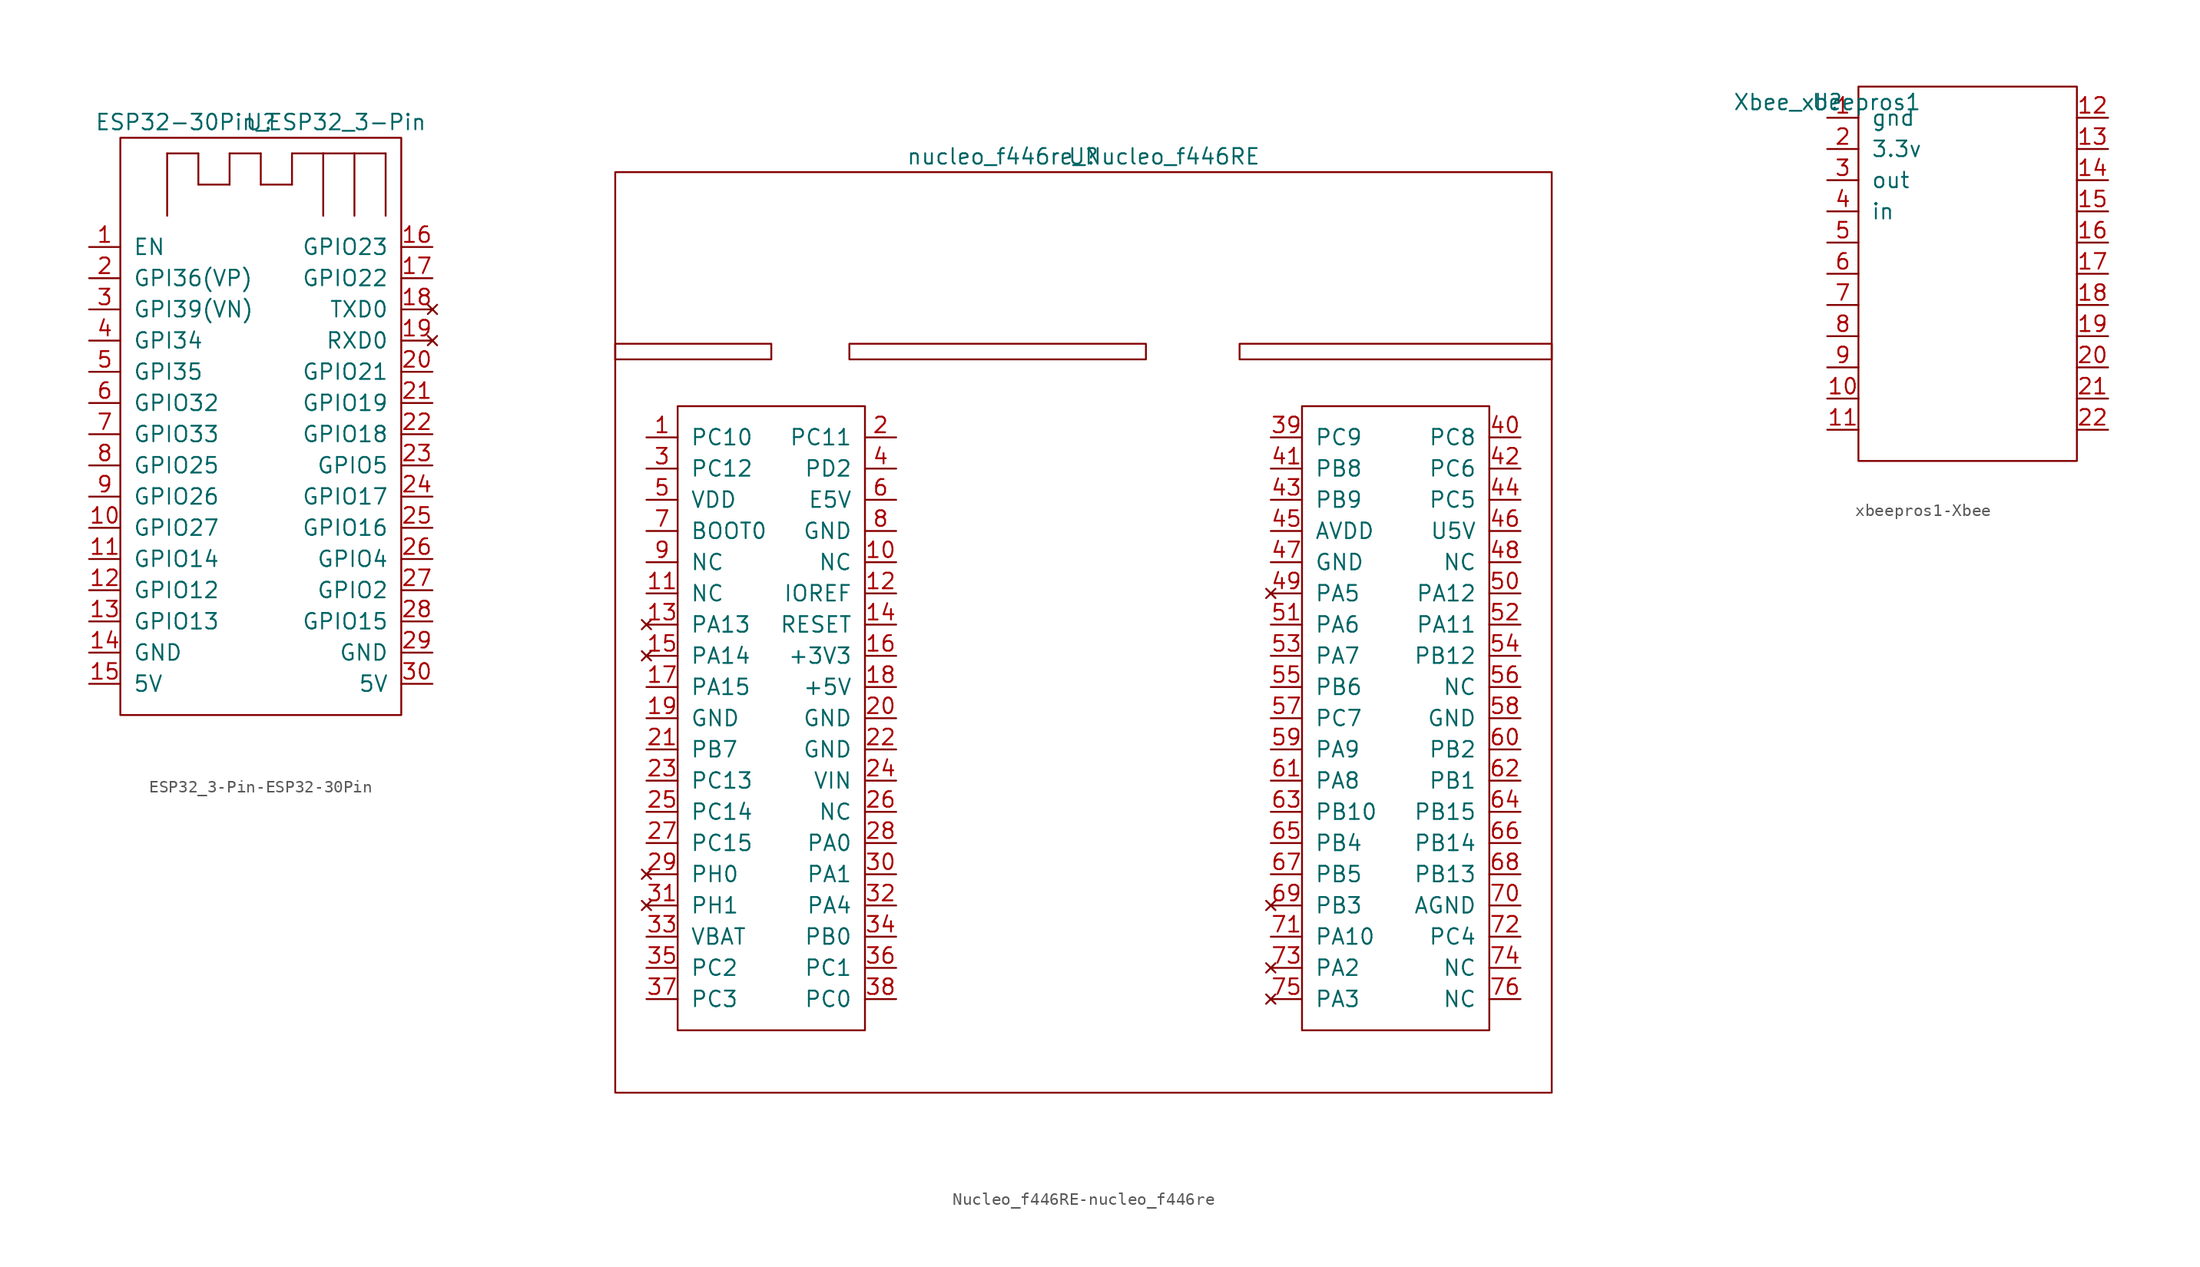
<source format=kicad_sym>
(kicad_symbol_lib
  (version 20220914)
  (generator kicad_symbol_editor)
  (symbol "ESP32_3-Pin-ESP32-30Pin"
    (pin_names
      (offset 1.016))
    (property "Reference" "U"
      (at 0 0 0)
      (effects (font (size 1.27 1.27))))
    (property "Value" "ESP32-30Pin_ESP32_3-Pin"
      (at 0 0 0)
      (effects (font (size 1.27 1.27))))
    (symbol "ESP32_3-Pin-ESP32-30Pin_0_1"
      (rectangle (start -11.43 -1.27) (end 11.43 -48.26) (stroke (width 0) (type solid)) (fill (type none)))
      (rectangle (start -7.62 -7.62) (end -7.62 -2.54) (stroke (width 0) (type solid)) (fill (type none)))
      (rectangle (start -7.62 -2.54) (end -5.08 -2.54) (stroke (width 0) (type solid)) (fill (type none)))
      (rectangle (start -5.08 -5.08) (end -5.08 -2.54) (stroke (width 0) (type solid)) (fill (type none)))
      (rectangle (start -5.08 -5.08) (end -2.54 -5.08) (stroke (width 0) (type solid)) (fill (type none)))
      (rectangle (start -2.54 -2.54) (end -2.54 -5.08) (stroke (width 0) (type solid)) (fill (type none)))
      (rectangle (start -2.54 -2.54) (end 0 -2.54) (stroke (width 0) (type solid)) (fill (type none)))
      (rectangle (start 0 -5.08) (end 2.54 -5.08) (stroke (width 0) (type solid)) (fill (type none)))
      (rectangle (start 0 -2.54) (end 0 -5.08) (stroke (width 0) (type solid)) (fill (type none)))
      (rectangle (start 2.54 -2.54) (end 2.54 -5.08) (stroke (width 0) (type solid)) (fill (type none)))
      (rectangle (start 2.54 -2.54) (end 5.08 -2.54) (stroke (width 0) (type solid)) (fill (type none)))
      (rectangle (start 5.08 -7.62) (end 5.08 -2.54) (stroke (width 0) (type solid)) (fill (type none)))
      (rectangle (start 5.08 -2.54) (end 7.62 -2.54) (stroke (width 0) (type solid)) (fill (type none)))
      (rectangle (start 7.62 -2.54) (end 7.62 -7.62) (stroke (width 0) (type solid)) (fill (type none)))
      (rectangle (start 7.62 -2.54) (end 10.16 -2.54) (stroke (width 0) (type solid)) (fill (type none)))
      (rectangle (start 10.16 -2.54) (end 10.16 -7.62) (stroke (width 0) (type solid)) (fill (type none))))
    (symbol "ESP32_3-Pin-ESP32-30Pin_1_1"
      (pin input line (at -13.97 -10.16 0) (length 2.54) (name "EN" (effects (font (size 1.27 1.27)))) (number "1" (effects (font (size 1.27 1.27)))))
      (pin bidirectional line (at -13.97 -33.02 0) (length 2.54) (name "GPIO27" (effects (font (size 1.27 1.27)))) (number "10" (effects (font (size 1.27 1.27)))))
      (pin bidirectional line (at -13.97 -35.56 0) (length 2.54) (name "GPIO14" (effects (font (size 1.27 1.27)))) (number "11" (effects (font (size 1.27 1.27)))))
      (pin bidirectional line (at -13.97 -38.1 0) (length 2.54) (name "GPIO12" (effects (font (size 1.27 1.27)))) (number "12" (effects (font (size 1.27 1.27)))))
      (pin bidirectional line (at -13.97 -40.64 0) (length 2.54) (name "GPIO13" (effects (font (size 1.27 1.27)))) (number "13" (effects (font (size 1.27 1.27)))))
      (pin input line (at -13.97 -43.18 0) (length 2.54) (name "GND" (effects (font (size 1.27 1.27)))) (number "14" (effects (font (size 1.27 1.27)))))
      (pin output line (at -13.97 -45.72 0) (length 2.54) (name "5V" (effects (font (size 1.27 1.27)))) (number "15" (effects (font (size 1.27 1.27)))))
      (pin bidirectional line (at 13.97 -10.16 180) (length 2.54) (name "GPIO23" (effects (font (size 1.27 1.27)))) (number "16" (effects (font (size 1.27 1.27)))))
      (pin bidirectional line (at 13.97 -12.7 180) (length 2.54) (name "GPIO22" (effects (font (size 1.27 1.27)))) (number "17" (effects (font (size 1.27 1.27)))))
      (pin no_connect line (at 13.97 -15.24 180) (length 2.54) (name "TXD0" (effects (font (size 1.27 1.27)))) (number "18" (effects (font (size 1.27 1.27)))))
      (pin no_connect line (at 13.97 -17.78 180) (length 2.54) (name "RXD0" (effects (font (size 1.27 1.27)))) (number "19" (effects (font (size 1.27 1.27)))))
      (pin input line (at -13.97 -12.7 0) (length 2.54) (name "GPI36(VP)" (effects (font (size 1.27 1.27)))) (number "2" (effects (font (size 1.27 1.27)))))
      (pin bidirectional line (at 13.97 -20.32 180) (length 2.54) (name "GPIO21" (effects (font (size 1.27 1.27)))) (number "20" (effects (font (size 1.27 1.27)))))
      (pin bidirectional line (at 13.97 -22.86 180) (length 2.54) (name "GPIO19" (effects (font (size 1.27 1.27)))) (number "21" (effects (font (size 1.27 1.27)))))
      (pin bidirectional line (at 13.97 -25.4 180) (length 2.54) (name "GPIO18" (effects (font (size 1.27 1.27)))) (number "22" (effects (font (size 1.27 1.27)))))
      (pin bidirectional line (at 13.97 -27.94 180) (length 2.54) (name "GPIO5" (effects (font (size 1.27 1.27)))) (number "23" (effects (font (size 1.27 1.27)))))
      (pin bidirectional line (at 13.97 -30.48 180) (length 2.54) (name "GPIO17" (effects (font (size 1.27 1.27)))) (number "24" (effects (font (size 1.27 1.27)))))
      (pin bidirectional line (at 13.97 -33.02 180) (length 2.54) (name "GPIO16" (effects (font (size 1.27 1.27)))) (number "25" (effects (font (size 1.27 1.27)))))
      (pin bidirectional line (at 13.97 -35.56 180) (length 2.54) (name "GPIO4" (effects (font (size 1.27 1.27)))) (number "26" (effects (font (size 1.27 1.27)))))
      (pin bidirectional line (at 13.97 -38.1 180) (length 2.54) (name "GPIO2" (effects (font (size 1.27 1.27)))) (number "27" (effects (font (size 1.27 1.27)))))
      (pin bidirectional line (at 13.97 -40.64 180) (length 2.54) (name "GPIO15" (effects (font (size 1.27 1.27)))) (number "28" (effects (font (size 1.27 1.27)))))
      (pin input line (at 13.97 -43.18 180) (length 2.54) (name "GND" (effects (font (size 1.27 1.27)))) (number "29" (effects (font (size 1.27 1.27)))))
      (pin input line (at -13.97 -15.24 0) (length 2.54) (name "GPI39(VN)" (effects (font (size 1.27 1.27)))) (number "3" (effects (font (size 1.27 1.27)))))
      (pin output line (at 13.97 -45.72 180) (length 2.54) (name "5V" (effects (font (size 1.27 1.27)))) (number "30" (effects (font (size 1.27 1.27)))))
      (pin input line (at -13.97 -17.78 0) (length 2.54) (name "GPI34" (effects (font (size 1.27 1.27)))) (number "4" (effects (font (size 1.27 1.27)))))
      (pin input line (at -13.97 -20.32 0) (length 2.54) (name "GPI35" (effects (font (size 1.27 1.27)))) (number "5" (effects (font (size 1.27 1.27)))))
      (pin bidirectional line (at -13.97 -22.86 0) (length 2.54) (name "GPIO32" (effects (font (size 1.27 1.27)))) (number "6" (effects (font (size 1.27 1.27)))))
      (pin bidirectional line (at -13.97 -25.4 0) (length 2.54) (name "GPIO33" (effects (font (size 1.27 1.27)))) (number "7" (effects (font (size 1.27 1.27)))))
      (pin bidirectional line (at -13.97 -27.94 0) (length 2.54) (name "GPIO25" (effects (font (size 1.27 1.27)))) (number "8" (effects (font (size 1.27 1.27)))))
      (pin bidirectional line (at -13.97 -30.48 0) (length 2.54) (name "GPIO26" (effects (font (size 1.27 1.27)))) (number "9" (effects (font (size 1.27 1.27)))))))
  (symbol "Nucleo_f446RE-nucleo_f446re"
    (pin_names
      (offset 1.016))
    (property "Reference" "U"
      (at 0 0 0)
      (effects (font (size 1.27 1.27))))
    (property "Value" "nucleo_f446re_Nucleo_f446RE"
      (at 0 0 0)
      (effects (font (size 1.27 1.27))))
    (symbol "Nucleo_f446RE-nucleo_f446re_0_1"
      (rectangle (start -38.1 -1.27) (end 38.1 -76.2) (stroke (width 0) (type solid)) (fill (type none)))
      (rectangle (start -33.02 -20.32) (end -17.78 -71.12) (stroke (width 0) (type solid)) (fill (type none)))
      (rectangle (start -25.4 -16.51) (end -38.1 -15.24) (stroke (width 0) (type solid)) (fill (type none)))
      (rectangle (start 5.08 -15.24) (end -19.05 -16.51) (stroke (width 0) (type solid)) (fill (type none)))
      (rectangle (start 17.78 -20.32) (end 33.02 -71.12) (stroke (width 0) (type solid)) (fill (type none)))
      (rectangle (start 38.1 -16.51) (end 12.7 -15.24) (stroke (width 0) (type solid)) (fill (type none))))
    (symbol "Nucleo_f446RE-nucleo_f446re_1_1"
      (pin bidirectional line (at -35.56 -22.86 0) (length 2.54) (name "PC10" (effects (font (size 1.27 1.27)))) (number "1" (effects (font (size 1.27 1.27)))))
      (pin input line (at -15.24 -33.02 180) (length 2.54) (name "NC" (effects (font (size 1.27 1.27)))) (number "10" (effects (font (size 1.27 1.27)))))
      (pin input line (at -35.56 -35.56 0) (length 2.54) (name "NC" (effects (font (size 1.27 1.27)))) (number "11" (effects (font (size 1.27 1.27)))))
      (pin input line (at -15.24 -35.56 180) (length 2.54) (name "IOREF" (effects (font (size 1.27 1.27)))) (number "12" (effects (font (size 1.27 1.27)))))
      (pin no_connect line (at -35.56 -38.1 0) (length 2.54) (name "PA13" (effects (font (size 1.27 1.27)))) (number "13" (effects (font (size 1.27 1.27)))))
      (pin input line (at -15.24 -38.1 180) (length 2.54) (name "RESET" (effects (font (size 1.27 1.27)))) (number "14" (effects (font (size 1.27 1.27)))))
      (pin no_connect line (at -35.56 -40.64 0) (length 2.54) (name "PA14" (effects (font (size 1.27 1.27)))) (number "15" (effects (font (size 1.27 1.27)))))
      (pin input line (at -15.24 -40.64 180) (length 2.54) (name "+3V3" (effects (font (size 1.27 1.27)))) (number "16" (effects (font (size 1.27 1.27)))))
      (pin input line (at -35.56 -43.18 0) (length 2.54) (name "PA15" (effects (font (size 1.27 1.27)))) (number "17" (effects (font (size 1.27 1.27)))))
      (pin input line (at -15.24 -43.18 180) (length 2.54) (name "+5V" (effects (font (size 1.27 1.27)))) (number "18" (effects (font (size 1.27 1.27)))))
      (pin input line (at -35.56 -45.72 0) (length 2.54) (name "GND" (effects (font (size 1.27 1.27)))) (number "19" (effects (font (size 1.27 1.27)))))
      (pin bidirectional line (at -15.24 -22.86 180) (length 2.54) (name "PC11" (effects (font (size 1.27 1.27)))) (number "2" (effects (font (size 1.27 1.27)))))
      (pin input line (at -15.24 -45.72 180) (length 2.54) (name "GND" (effects (font (size 1.27 1.27)))) (number "20" (effects (font (size 1.27 1.27)))))
      (pin input line (at -35.56 -48.26 0) (length 2.54) (name "PB7" (effects (font (size 1.27 1.27)))) (number "21" (effects (font (size 1.27 1.27)))))
      (pin input line (at -15.24 -48.26 180) (length 2.54) (name "GND" (effects (font (size 1.27 1.27)))) (number "22" (effects (font (size 1.27 1.27)))))
      (pin input line (at -35.56 -50.8 0) (length 2.54) (name "PC13" (effects (font (size 1.27 1.27)))) (number "23" (effects (font (size 1.27 1.27)))))
      (pin input line (at -15.24 -50.8 180) (length 2.54) (name "VIN" (effects (font (size 1.27 1.27)))) (number "24" (effects (font (size 1.27 1.27)))))
      (pin input line (at -35.56 -53.34 0) (length 2.54) (name "PC14" (effects (font (size 1.27 1.27)))) (number "25" (effects (font (size 1.27 1.27)))))
      (pin input line (at -15.24 -53.34 180) (length 2.54) (name "NC" (effects (font (size 1.27 1.27)))) (number "26" (effects (font (size 1.27 1.27)))))
      (pin input line (at -35.56 -55.88 0) (length 2.54) (name "PC15" (effects (font (size 1.27 1.27)))) (number "27" (effects (font (size 1.27 1.27)))))
      (pin input line (at -15.24 -55.88 180) (length 2.54) (name "PA0" (effects (font (size 1.27 1.27)))) (number "28" (effects (font (size 1.27 1.27)))))
      (pin no_connect line (at -35.56 -58.42 0) (length 2.54) (name "PH0" (effects (font (size 1.27 1.27)))) (number "29" (effects (font (size 1.27 1.27)))))
      (pin input line (at -35.56 -25.4 0) (length 2.54) (name "PC12" (effects (font (size 1.27 1.27)))) (number "3" (effects (font (size 1.27 1.27)))))
      (pin input line (at -15.24 -58.42 180) (length 2.54) (name "PA1" (effects (font (size 1.27 1.27)))) (number "30" (effects (font (size 1.27 1.27)))))
      (pin no_connect line (at -35.56 -60.96 0) (length 2.54) (name "PH1" (effects (font (size 1.27 1.27)))) (number "31" (effects (font (size 1.27 1.27)))))
      (pin input line (at -15.24 -60.96 180) (length 2.54) (name "PA4" (effects (font (size 1.27 1.27)))) (number "32" (effects (font (size 1.27 1.27)))))
      (pin input line (at -35.56 -63.5 0) (length 2.54) (name "VBAT" (effects (font (size 1.27 1.27)))) (number "33" (effects (font (size 1.27 1.27)))))
      (pin input line (at -15.24 -63.5 180) (length 2.54) (name "PB0" (effects (font (size 1.27 1.27)))) (number "34" (effects (font (size 1.27 1.27)))))
      (pin input line (at -35.56 -66.04 0) (length 2.54) (name "PC2" (effects (font (size 1.27 1.27)))) (number "35" (effects (font (size 1.27 1.27)))))
      (pin input line (at -15.24 -66.04 180) (length 2.54) (name "PC1" (effects (font (size 1.27 1.27)))) (number "36" (effects (font (size 1.27 1.27)))))
      (pin input line (at -35.56 -68.58 0) (length 2.54) (name "PC3" (effects (font (size 1.27 1.27)))) (number "37" (effects (font (size 1.27 1.27)))))
      (pin input line (at -15.24 -68.58 180) (length 2.54) (name "PC0" (effects (font (size 1.27 1.27)))) (number "38" (effects (font (size 1.27 1.27)))))
      (pin input line (at 15.24 -22.86 0) (length 2.54) (name "PC9" (effects (font (size 1.27 1.27)))) (number "39" (effects (font (size 1.27 1.27)))))
      (pin input line (at -15.24 -25.4 180) (length 2.54) (name "PD2" (effects (font (size 1.27 1.27)))) (number "4" (effects (font (size 1.27 1.27)))))
      (pin input line (at 35.56 -22.86 180) (length 2.54) (name "PC8" (effects (font (size 1.27 1.27)))) (number "40" (effects (font (size 1.27 1.27)))))
      (pin input line (at 15.24 -25.4 0) (length 2.54) (name "PB8" (effects (font (size 1.27 1.27)))) (number "41" (effects (font (size 1.27 1.27)))))
      (pin input line (at 35.56 -25.4 180) (length 2.54) (name "PC6" (effects (font (size 1.27 1.27)))) (number "42" (effects (font (size 1.27 1.27)))))
      (pin input line (at 15.24 -27.94 0) (length 2.54) (name "PB9" (effects (font (size 1.27 1.27)))) (number "43" (effects (font (size 1.27 1.27)))))
      (pin input line (at 35.56 -27.94 180) (length 2.54) (name "PC5" (effects (font (size 1.27 1.27)))) (number "44" (effects (font (size 1.27 1.27)))))
      (pin input line (at 15.24 -30.48 0) (length 2.54) (name "AVDD" (effects (font (size 1.27 1.27)))) (number "45" (effects (font (size 1.27 1.27)))))
      (pin input line (at 35.56 -30.48 180) (length 2.54) (name "U5V" (effects (font (size 1.27 1.27)))) (number "46" (effects (font (size 1.27 1.27)))))
      (pin input line (at 15.24 -33.02 0) (length 2.54) (name "GND" (effects (font (size 1.27 1.27)))) (number "47" (effects (font (size 1.27 1.27)))))
      (pin input line (at 35.56 -33.02 180) (length 2.54) (name "NC" (effects (font (size 1.27 1.27)))) (number "48" (effects (font (size 1.27 1.27)))))
      (pin no_connect line (at 15.24 -35.56 0) (length 2.54) (name "PA5" (effects (font (size 1.27 1.27)))) (number "49" (effects (font (size 1.27 1.27)))))
      (pin input line (at -35.56 -27.94 0) (length 2.54) (name "VDD" (effects (font (size 1.27 1.27)))) (number "5" (effects (font (size 1.27 1.27)))))
      (pin input line (at 35.56 -35.56 180) (length 2.54) (name "PA12" (effects (font (size 1.27 1.27)))) (number "50" (effects (font (size 1.27 1.27)))))
      (pin input line (at 15.24 -38.1 0) (length 2.54) (name "PA6" (effects (font (size 1.27 1.27)))) (number "51" (effects (font (size 1.27 1.27)))))
      (pin input line (at 35.56 -38.1 180) (length 2.54) (name "PA11" (effects (font (size 1.27 1.27)))) (number "52" (effects (font (size 1.27 1.27)))))
      (pin input line (at 15.24 -40.64 0) (length 2.54) (name "PA7" (effects (font (size 1.27 1.27)))) (number "53" (effects (font (size 1.27 1.27)))))
      (pin input line (at 35.56 -40.64 180) (length 2.54) (name "PB12" (effects (font (size 1.27 1.27)))) (number "54" (effects (font (size 1.27 1.27)))))
      (pin input line (at 15.24 -43.18 0) (length 2.54) (name "PB6" (effects (font (size 1.27 1.27)))) (number "55" (effects (font (size 1.27 1.27)))))
      (pin input line (at 35.56 -43.18 180) (length 2.54) (name "NC" (effects (font (size 1.27 1.27)))) (number "56" (effects (font (size 1.27 1.27)))))
      (pin input line (at 15.24 -45.72 0) (length 2.54) (name "PC7" (effects (font (size 1.27 1.27)))) (number "57" (effects (font (size 1.27 1.27)))))
      (pin input line (at 35.56 -45.72 180) (length 2.54) (name "GND" (effects (font (size 1.27 1.27)))) (number "58" (effects (font (size 1.27 1.27)))))
      (pin input line (at 15.24 -48.26 0) (length 2.54) (name "PA9" (effects (font (size 1.27 1.27)))) (number "59" (effects (font (size 1.27 1.27)))))
      (pin input line (at -15.24 -27.94 180) (length 2.54) (name "E5V" (effects (font (size 1.27 1.27)))) (number "6" (effects (font (size 1.27 1.27)))))
      (pin input line (at 35.56 -48.26 180) (length 2.54) (name "PB2" (effects (font (size 1.27 1.27)))) (number "60" (effects (font (size 1.27 1.27)))))
      (pin input line (at 15.24 -50.8 0) (length 2.54) (name "PA8" (effects (font (size 1.27 1.27)))) (number "61" (effects (font (size 1.27 1.27)))))
      (pin input line (at 35.56 -50.8 180) (length 2.54) (name "PB1" (effects (font (size 1.27 1.27)))) (number "62" (effects (font (size 1.27 1.27)))))
      (pin input line (at 15.24 -53.34 0) (length 2.54) (name "PB10" (effects (font (size 1.27 1.27)))) (number "63" (effects (font (size 1.27 1.27)))))
      (pin input line (at 35.56 -53.34 180) (length 2.54) (name "PB15" (effects (font (size 1.27 1.27)))) (number "64" (effects (font (size 1.27 1.27)))))
      (pin input line (at 15.24 -55.88 0) (length 2.54) (name "PB4" (effects (font (size 1.27 1.27)))) (number "65" (effects (font (size 1.27 1.27)))))
      (pin input line (at 35.56 -55.88 180) (length 2.54) (name "PB14" (effects (font (size 1.27 1.27)))) (number "66" (effects (font (size 1.27 1.27)))))
      (pin input line (at 15.24 -58.42 0) (length 2.54) (name "PB5" (effects (font (size 1.27 1.27)))) (number "67" (effects (font (size 1.27 1.27)))))
      (pin input line (at 35.56 -58.42 180) (length 2.54) (name "PB13" (effects (font (size 1.27 1.27)))) (number "68" (effects (font (size 1.27 1.27)))))
      (pin no_connect line (at 15.24 -60.96 0) (length 2.54) (name "PB3" (effects (font (size 1.27 1.27)))) (number "69" (effects (font (size 1.27 1.27)))))
      (pin input line (at -35.56 -30.48 0) (length 2.54) (name "BOOT0" (effects (font (size 1.27 1.27)))) (number "7" (effects (font (size 1.27 1.27)))))
      (pin input line (at 35.56 -60.96 180) (length 2.54) (name "AGND" (effects (font (size 1.27 1.27)))) (number "70" (effects (font (size 1.27 1.27)))))
      (pin input line (at 15.24 -63.5 0) (length 2.54) (name "PA10" (effects (font (size 1.27 1.27)))) (number "71" (effects (font (size 1.27 1.27)))))
      (pin input line (at 35.56 -63.5 180) (length 2.54) (name "PC4" (effects (font (size 1.27 1.27)))) (number "72" (effects (font (size 1.27 1.27)))))
      (pin no_connect line (at 15.24 -66.04 0) (length 2.54) (name "PA2" (effects (font (size 1.27 1.27)))) (number "73" (effects (font (size 1.27 1.27)))))
      (pin input line (at 35.56 -66.04 180) (length 2.54) (name "NC" (effects (font (size 1.27 1.27)))) (number "74" (effects (font (size 1.27 1.27)))))
      (pin no_connect line (at 15.24 -68.58 0) (length 2.54) (name "PA3" (effects (font (size 1.27 1.27)))) (number "75" (effects (font (size 1.27 1.27)))))
      (pin input line (at 35.56 -68.58 180) (length 2.54) (name "NC" (effects (font (size 1.27 1.27)))) (number "76" (effects (font (size 1.27 1.27)))))
      (pin input line (at -15.24 -30.48 180) (length 2.54) (name "GND" (effects (font (size 1.27 1.27)))) (number "8" (effects (font (size 1.27 1.27)))))
      (pin input line (at -35.56 -33.02 0) (length 2.54) (name "NC" (effects (font (size 1.27 1.27)))) (number "9" (effects (font (size 1.27 1.27)))))))
  (symbol "xbeepros1-Xbee"
    (pin_names
      (offset 1.016))
    (property "Reference" "U"
      (at 0 0 0)
      (effects (font (size 1.27 1.27))))
    (property "Value" "Xbee_xbeepros1"
      (at 0 0 0)
      (effects (font (size 1.27 1.27))))
    (symbol "xbeepros1-Xbee_0_1"
      (rectangle (start 2.54 1.27) (end 20.32 -29.21) (stroke (width 0) (type solid)) (fill (type none))))
    (symbol "xbeepros1-Xbee_1_1"
      (pin input line (at 0 -1.27 0) (length 2.54) (name "gnd" (effects (font (size 1.27 1.27)))) (number "1" (effects (font (size 1.27 1.27)))))
      (pin input line (at 0 -24.13 0) (length 2.54) (name "~" (effects (font (size 1.27 1.27)))) (number "10" (effects (font (size 1.27 1.27)))))
      (pin input line (at 0 -26.67 0) (length 2.54) (name "~" (effects (font (size 1.27 1.27)))) (number "11" (effects (font (size 1.27 1.27)))))
      (pin input line (at 22.86 -1.27 180) (length 2.54) (name "~" (effects (font (size 1.27 1.27)))) (number "12" (effects (font (size 1.27 1.27)))))
      (pin input line (at 22.86 -3.81 180) (length 2.54) (name "~" (effects (font (size 1.27 1.27)))) (number "13" (effects (font (size 1.27 1.27)))))
      (pin input line (at 22.86 -6.35 180) (length 2.54) (name "~" (effects (font (size 1.27 1.27)))) (number "14" (effects (font (size 1.27 1.27)))))
      (pin input line (at 22.86 -8.89 180) (length 2.54) (name "~" (effects (font (size 1.27 1.27)))) (number "15" (effects (font (size 1.27 1.27)))))
      (pin input line (at 22.86 -11.43 180) (length 2.54) (name "~" (effects (font (size 1.27 1.27)))) (number "16" (effects (font (size 1.27 1.27)))))
      (pin input line (at 22.86 -13.97 180) (length 2.54) (name "~" (effects (font (size 1.27 1.27)))) (number "17" (effects (font (size 1.27 1.27)))))
      (pin input line (at 22.86 -16.51 180) (length 2.54) (name "~" (effects (font (size 1.27 1.27)))) (number "18" (effects (font (size 1.27 1.27)))))
      (pin input line (at 22.86 -19.05 180) (length 2.54) (name "~" (effects (font (size 1.27 1.27)))) (number "19" (effects (font (size 1.27 1.27)))))
      (pin input line (at 0 -3.81 0) (length 2.54) (name "3.3v" (effects (font (size 1.27 1.27)))) (number "2" (effects (font (size 1.27 1.27)))))
      (pin input line (at 22.86 -21.59 180) (length 2.54) (name "~" (effects (font (size 1.27 1.27)))) (number "20" (effects (font (size 1.27 1.27)))))
      (pin input line (at 22.86 -24.13 180) (length 2.54) (name "~" (effects (font (size 1.27 1.27)))) (number "21" (effects (font (size 1.27 1.27)))))
      (pin input line (at 22.86 -26.67 180) (length 2.54) (name "~" (effects (font (size 1.27 1.27)))) (number "22" (effects (font (size 1.27 1.27)))))
      (pin bidirectional line (at 0 -6.35 0) (length 2.54) (name "out" (effects (font (size 1.27 1.27)))) (number "3" (effects (font (size 1.27 1.27)))))
      (pin bidirectional line (at 0 -8.89 0) (length 2.54) (name "in" (effects (font (size 1.27 1.27)))) (number "4" (effects (font (size 1.27 1.27)))))
      (pin input line (at 0 -11.43 0) (length 2.54) (name "~" (effects (font (size 1.27 1.27)))) (number "5" (effects (font (size 1.27 1.27)))))
      (pin input line (at 0 -13.97 0) (length 2.54) (name "~" (effects (font (size 1.27 1.27)))) (number "6" (effects (font (size 1.27 1.27)))))
      (pin input line (at 0 -16.51 0) (length 2.54) (name "~" (effects (font (size 1.27 1.27)))) (number "7" (effects (font (size 1.27 1.27)))))
      (pin input line (at 0 -19.05 0) (length 2.54) (name "~" (effects (font (size 1.27 1.27)))) (number "8" (effects (font (size 1.27 1.27)))))
      (pin input line (at 0 -21.59 0) (length 2.54) (name "~" (effects (font (size 1.27 1.27)))) (number "9" (effects (font (size 1.27 1.27))))))))
</source>
